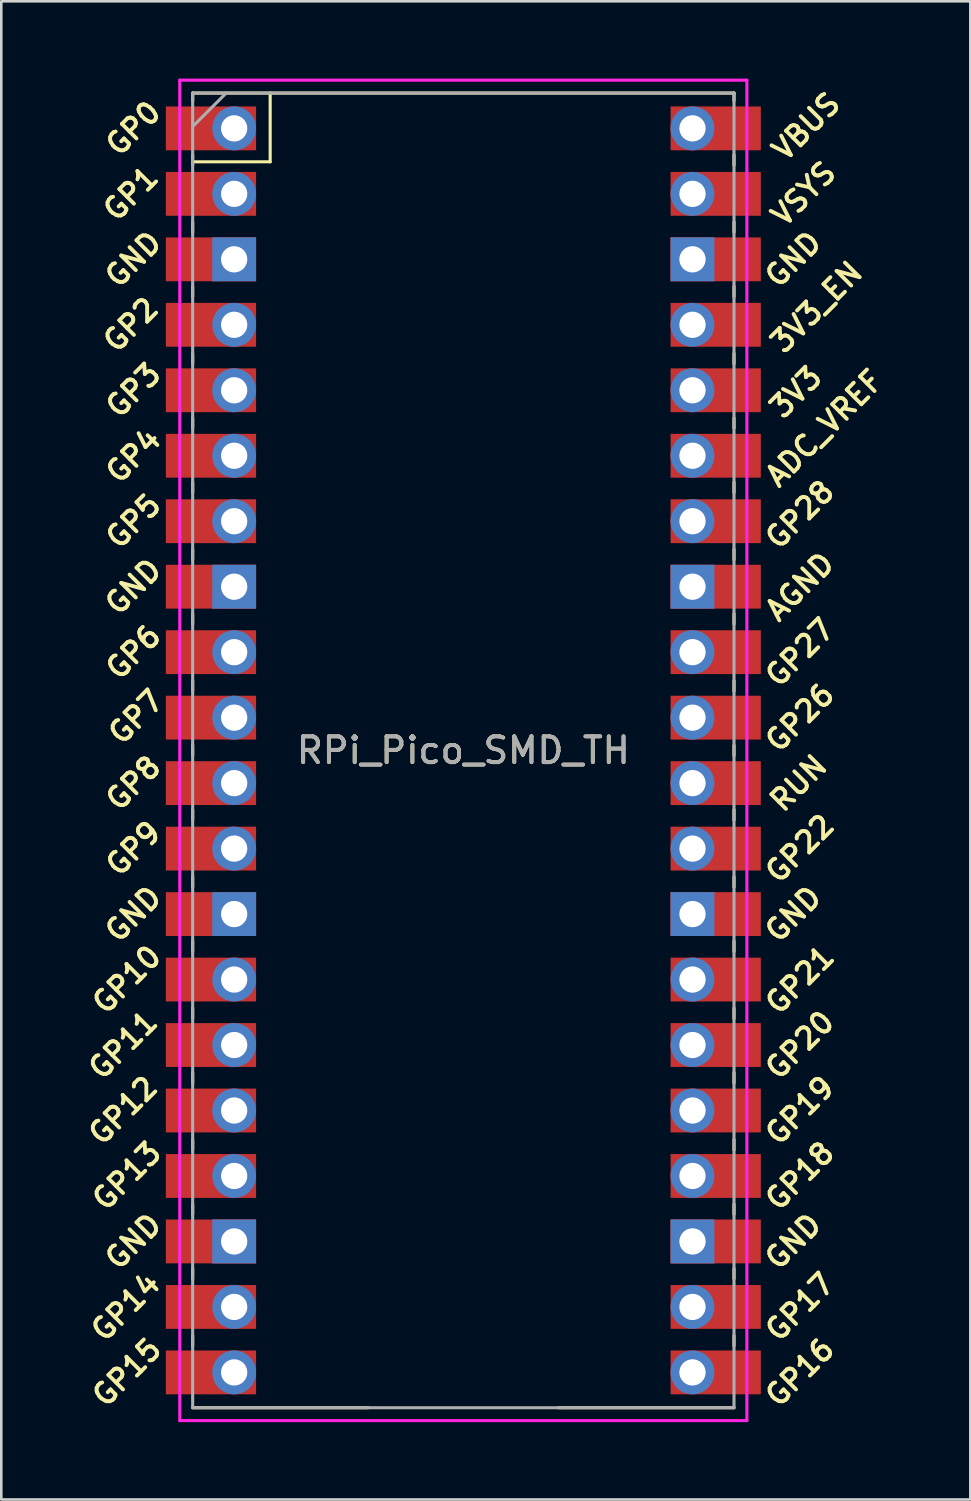
<source format=kicad_pcb>
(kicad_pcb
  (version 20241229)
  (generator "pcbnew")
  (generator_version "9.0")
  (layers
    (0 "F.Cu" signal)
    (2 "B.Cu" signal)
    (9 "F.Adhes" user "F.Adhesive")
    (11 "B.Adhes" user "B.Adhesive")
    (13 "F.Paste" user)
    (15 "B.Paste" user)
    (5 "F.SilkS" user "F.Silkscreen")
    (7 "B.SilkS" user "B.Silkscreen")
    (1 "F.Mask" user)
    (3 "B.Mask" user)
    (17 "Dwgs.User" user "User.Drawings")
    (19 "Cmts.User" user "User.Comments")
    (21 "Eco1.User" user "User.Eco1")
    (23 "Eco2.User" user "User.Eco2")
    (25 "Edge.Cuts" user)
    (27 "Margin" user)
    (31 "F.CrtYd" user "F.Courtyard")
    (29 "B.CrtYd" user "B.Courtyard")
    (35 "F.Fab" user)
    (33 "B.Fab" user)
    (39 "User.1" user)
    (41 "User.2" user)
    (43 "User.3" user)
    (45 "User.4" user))
  (footprint "RPi_Pico_SMD_TH"
    (layer "F.Cu")
    (at 14.924 26.06)
    (property "Reference" "RPi_Pico_SMD_TH" (at 0 0 0) (layer "F.SilkS") (effects (font (size 1 1) (thickness 0.15))))
    (attr through_hole)
    (fp_line (start -10.5 -25.5) (end -10.5 -25.2) (stroke (width 0.12) (type solid)) (layer "F.SilkS"))
    (fp_line (start -10.5 -25.5) (end 10.5 -25.5) (stroke (width 0.12) (type solid)) (layer "F.SilkS"))
    (fp_line (start -10.5 -23.1) (end -10.5 -22.7) (stroke (width 0.12) (type solid)) (layer "F.SilkS"))
    (fp_line (start -10.5 -22.833) (end -7.493 -22.833) (stroke (width 0.12) (type solid)) (layer "F.SilkS"))
    (fp_line (start -10.5 -20.5) (end -10.5 -20.1) (stroke (width 0.12) (type solid)) (layer "F.SilkS"))
    (fp_line (start -10.5 -18) (end -10.5 -17.6) (stroke (width 0.12) (type solid)) (layer "F.SilkS"))
    (fp_line (start -10.5 -15.4) (end -10.5 -15) (stroke (width 0.12) (type solid)) (layer "F.SilkS"))
    (fp_line (start -10.5 -12.9) (end -10.5 -12.5) (stroke (width 0.12) (type solid)) (layer "F.SilkS"))
    (fp_line (start -10.5 -10.4) (end -10.5 -10) (stroke (width 0.12) (type solid)) (layer "F.SilkS"))
    (fp_line (start -10.5 -7.8) (end -10.5 -7.4) (stroke (width 0.12) (type solid)) (layer "F.SilkS"))
    (fp_line (start -10.5 -5.3) (end -10.5 -4.9) (stroke (width 0.12) (type solid)) (layer "F.SilkS"))
    (fp_line (start -10.5 -2.7) (end -10.5 -2.3) (stroke (width 0.12) (type solid)) (layer "F.SilkS"))
    (fp_line (start -10.5 -0.2) (end -10.5 0.2) (stroke (width 0.12) (type solid)) (layer "F.SilkS"))
    (fp_line (start -10.5 2.3) (end -10.5 2.7) (stroke (width 0.12) (type solid)) (layer "F.SilkS"))
    (fp_line (start -10.5 4.9) (end -10.5 5.3) (stroke (width 0.12) (type solid)) (layer "F.SilkS"))
    (fp_line (start -10.5 7.4) (end -10.5 7.8) (stroke (width 0.12) (type solid)) (layer "F.SilkS"))
    (fp_line (start -10.5 10) (end -10.5 10.4) (stroke (width 0.12) (type solid)) (layer "F.SilkS"))
    (fp_line (start -10.5 12.5) (end -10.5 12.9) (stroke (width 0.12) (type solid)) (layer "F.SilkS"))
    (fp_line (start -10.5 15.1) (end -10.5 15.5) (stroke (width 0.12) (type solid)) (layer "F.SilkS"))
    (fp_line (start -10.5 17.6) (end -10.5 18) (stroke (width 0.12) (type solid)) (layer "F.SilkS"))
    (fp_line (start -10.5 20.1) (end -10.5 20.5) (stroke (width 0.12) (type solid)) (layer "F.SilkS"))
    (fp_line (start -10.5 22.7) (end -10.5 23.1) (stroke (width 0.12) (type solid)) (layer "F.SilkS"))
    (fp_line (start -7.493 -22.833) (end -7.493 -25.5) (stroke (width 0.12) (type solid)) (layer "F.SilkS"))
    (fp_line (start -3.7 25.5) (end -10.5 25.5) (stroke (width 0.12) (type solid)) (layer "F.SilkS"))
    (fp_line (start 10.5 -25.5) (end 10.5 -25.2) (stroke (width 0.12) (type solid)) (layer "F.SilkS"))
    (fp_line (start 10.5 -23.1) (end 10.5 -22.7) (stroke (width 0.12) (type solid)) (layer "F.SilkS"))
    (fp_line (start 10.5 -20.5) (end 10.5 -20.1) (stroke (width 0.12) (type solid)) (layer "F.SilkS"))
    (fp_line (start 10.5 -18) (end 10.5 -17.6) (stroke (width 0.12) (type solid)) (layer "F.SilkS"))
    (fp_line (start 10.5 -15.4) (end 10.5 -15) (stroke (width 0.12) (type solid)) (layer "F.SilkS"))
    (fp_line (start 10.5 -12.9) (end 10.5 -12.5) (stroke (width 0.12) (type solid)) (layer "F.SilkS"))
    (fp_line (start 10.5 -10.4) (end 10.5 -10) (stroke (width 0.12) (type solid)) (layer "F.SilkS"))
    (fp_line (start 10.5 -7.8) (end 10.5 -7.4) (stroke (width 0.12) (type solid)) (layer "F.SilkS"))
    (fp_line (start 10.5 -5.3) (end 10.5 -4.9) (stroke (width 0.12) (type solid)) (layer "F.SilkS"))
    (fp_line (start 10.5 -2.7) (end 10.5 -2.3) (stroke (width 0.12) (type solid)) (layer "F.SilkS"))
    (fp_line (start 10.5 -0.2) (end 10.5 0.2) (stroke (width 0.12) (type solid)) (layer "F.SilkS"))
    (fp_line (start 10.5 2.3) (end 10.5 2.7) (stroke (width 0.12) (type solid)) (layer "F.SilkS"))
    (fp_line (start 10.5 4.9) (end 10.5 5.3) (stroke (width 0.12) (type solid)) (layer "F.SilkS"))
    (fp_line (start 10.5 7.4) (end 10.5 7.8) (stroke (width 0.12) (type solid)) (layer "F.SilkS"))
    (fp_line (start 10.5 10) (end 10.5 10.4) (stroke (width 0.12) (type solid)) (layer "F.SilkS"))
    (fp_line (start 10.5 12.5) (end 10.5 12.9) (stroke (width 0.12) (type solid)) (layer "F.SilkS"))
    (fp_line (start 10.5 15.1) (end 10.5 15.5) (stroke (width 0.12) (type solid)) (layer "F.SilkS"))
    (fp_line (start 10.5 17.6) (end 10.5 18) (stroke (width 0.12) (type solid)) (layer "F.SilkS"))
    (fp_line (start 10.5 20.1) (end 10.5 20.5) (stroke (width 0.12) (type solid)) (layer "F.SilkS"))
    (fp_line (start 10.5 22.7) (end 10.5 23.1) (stroke (width 0.12) (type solid)) (layer "F.SilkS"))
    (fp_line (start 10.5 25.5) (end 3.7 25.5) (stroke (width 0.12) (type solid)) (layer "F.SilkS"))
    (fp_line (start -11 -26) (end 11 -26) (stroke (width 0.12) (type solid)) (layer "F.CrtYd"))
    (fp_line (start -11 26) (end -11 -26) (stroke (width 0.12) (type solid)) (layer "F.CrtYd"))
    (fp_line (start 11 -26) (end 11 26) (stroke (width 0.12) (type solid)) (layer "F.CrtYd"))
    (fp_line (start 11 26) (end -11 26) (stroke (width 0.12) (type solid)) (layer "F.CrtYd"))
    (fp_line (start -10.5 -25.5) (end 10.5 -25.5) (stroke (width 0.12) (type solid)) (layer "F.Fab"))
    (fp_line (start -10.5 -24.2) (end -9.2 -25.5) (stroke (width 0.12) (type solid)) (layer "F.Fab"))
    (fp_line (start -10.5 25.5) (end -10.5 -25.5) (stroke (width 0.12) (type solid)) (layer "F.Fab"))
    (fp_line (start 10.5 -25.5) (end 10.5 25.5) (stroke (width 0.12) (type solid)) (layer "F.Fab"))
    (fp_line (start 10.5 25.5) (end -10.5 25.5) (stroke (width 0.12) (type solid)) (layer "F.Fab"))
    (fp_text user "GP10" (at -13.054 8.89 45) (layer "F.SilkS") (effects (font (size 0.8 0.8) (thickness 0.15))))
    (fp_text user "3V3_EN" (at 13.7 -17.2 45) (layer "F.SilkS") (effects (font (size 0.8 0.8) (thickness 0.15))))
    (fp_text user "GP13" (at -13.054 16.51 45) (layer "F.SilkS") (effects (font (size 0.8 0.8) (thickness 0.15))))
    (fp_text user "GP15" (at -13.054 24.13 45) (layer "F.SilkS") (effects (font (size 0.8 0.8) (thickness 0.15))))
    (fp_text user "GP0" (at -12.8 -24.13 45) (layer "F.SilkS") (effects (font (size 0.8 0.8) (thickness 0.15))))
    (fp_text user "RUN" (at 13 1.27 45) (layer "F.SilkS") (effects (font (size 0.8 0.8) (thickness 0.15))))
    (fp_text user "VSYS" (at 13.2 -21.59 45) (layer "F.SilkS") (effects (font (size 0.8 0.8) (thickness 0.15))))
    (fp_text user "GP5" (at -12.8 -8.89 45) (layer "F.SilkS") (effects (font (size 0.8 0.8) (thickness 0.15))))
    (fp_text user "GP18" (at 13.054 16.51 45) (layer "F.SilkS") (effects (font (size 0.8 0.8) (thickness 0.15))))
    (fp_text user "GP8" (at -12.8 1.27 45) (layer "F.SilkS") (effects (font (size 0.8 0.8) (thickness 0.15))))
    (fp_text user "GP17" (at 13.054 21.59 45) (layer "F.SilkS") (effects (font (size 0.8 0.8) (thickness 0.15))))
    (fp_text user "GND" (at 12.8 -19.05 45) (layer "F.SilkS") (effects (font (size 0.8 0.8) (thickness 0.15))))
    (fp_text user "VBUS" (at 13.3 -24.2 45) (layer "F.SilkS") (effects (font (size 0.8 0.8) (thickness 0.15))))
    (fp_text user "GP9" (at -12.8 3.81 45) (layer "F.SilkS") (effects (font (size 0.8 0.8) (thickness 0.15))))
    (fp_text user "GP20" (at 13.054 11.43 45) (layer "F.SilkS") (effects (font (size 0.8 0.8) (thickness 0.15))))
    (fp_text user "AGND" (at 13.054 -6.35 45) (layer "F.SilkS") (effects (font (size 0.8 0.8) (thickness 0.15))))
    (fp_text user "GND" (at -12.8 -19.05 45) (layer "F.SilkS") (effects (font (size 0.8 0.8) (thickness 0.15))))
    (fp_text user "GND" (at -12.8 -6.35 45) (layer "F.SilkS") (effects (font (size 0.8 0.8) (thickness 0.15))))
    (fp_text user "GND" (at -12.8 6.35 45) (layer "F.SilkS") (effects (font (size 0.8 0.8) (thickness 0.15))))
    (fp_text user "GP2" (at -12.9 -16.51 45) (layer "F.SilkS") (effects (font (size 0.8 0.8) (thickness 0.15))))
    (fp_text user "GP19" (at 13.054 13.97 45) (layer "F.SilkS") (effects (font (size 0.8 0.8) (thickness 0.15))))
    (fp_text user "GP27" (at 13.054 -3.8 45) (layer "F.SilkS") (effects (font (size 0.8 0.8) (thickness 0.15))))
    (fp_text user "GP12" (at -13.2 13.97 45) (layer "F.SilkS") (effects (font (size 0.8 0.8) (thickness 0.15))))
    (fp_text user "GP14" (at -13.1 21.59 45) (layer "F.SilkS") (effects (font (size 0.8 0.8) (thickness 0.15))))
    (fp_text user "GP26" (at 13.054 -1.27 45) (layer "F.SilkS") (effects (font (size 0.8 0.8) (thickness 0.15))))
    (fp_text user "GP4" (at -12.8 -11.43 45) (layer "F.SilkS") (effects (font (size 0.8 0.8) (thickness 0.15))))
    (fp_text user "GP11" (at -13.2 11.43 45) (layer "F.SilkS") (effects (font (size 0.8 0.8) (thickness 0.15))))
    (fp_text user "GP22" (at 13.054 3.81 45) (layer "F.SilkS") (effects (font (size 0.8 0.8) (thickness 0.15))))
    (fp_text user "GP3" (at -12.8 -13.97 45) (layer "F.SilkS") (effects (font (size 0.8 0.8) (thickness 0.15))))
    (fp_text user "GND" (at 12.8 19.05 45) (layer "F.SilkS") (effects (font (size 0.8 0.8) (thickness 0.15))))
    (fp_text user "ADC_VREF" (at 14 -12.5 45) (layer "F.SilkS") (effects (font (size 0.8 0.8) (thickness 0.15))))
    (fp_text user "GND" (at -12.8 19.05 45) (layer "F.SilkS") (effects (font (size 0.8 0.8) (thickness 0.15))))
    (fp_text user "GP16" (at 13.054 24.13 45) (layer "F.SilkS") (effects (font (size 0.8 0.8) (thickness 0.15))))
    (fp_text user "GND" (at 12.8 6.35 45) (layer "F.SilkS") (effects (font (size 0.8 0.8) (thickness 0.15))))
    (fp_text user "GP6" (at -12.8 -3.81 45) (layer "F.SilkS") (effects (font (size 0.8 0.8) (thickness 0.15))))
    (fp_text user "3V3" (at 12.9 -13.9 45) (layer "F.SilkS") (effects (font (size 0.8 0.8) (thickness 0.15))))
    (fp_text user "GP21" (at 13.054 8.9 45) (layer "F.SilkS") (effects (font (size 0.8 0.8) (thickness 0.15))))
    (fp_text user "GP1" (at -12.9 -21.6 45) (layer "F.SilkS") (effects (font (size 0.8 0.8) (thickness 0.15))))
    (fp_text user "GP28" (at 13.054 -9.144 45) (layer "F.SilkS") (effects (font (size 0.8 0.8) (thickness 0.15))))
    (fp_text user "GP7" (at -12.7 -1.3 45) (layer "F.SilkS") (effects (font (size 0.8 0.8) (thickness 0.15))))
    (fp_text user "${REFERENCE}" (at 0 0 180) (layer "F.Fab") (effects (font (size 1 1) (thickness 0.15))))
    (pad "1" thru_hole oval (at -8.89 -24.13) (size 1.7 1.7) (drill 1.02) (layers "*.Cu" "*.Mask"))
    (pad "1" smd rect (at -8.89 -24.13) (size 3.5 1.7) (drill (offset -0.9 0)) (layers "F.Cu" "F.Mask"))
    (pad "2" thru_hole oval (at -8.89 -21.59) (size 1.7 1.7) (drill 1.02) (layers "*.Cu" "*.Mask"))
    (pad "2" smd rect (at -8.89 -21.59) (size 3.5 1.7) (drill (offset -0.9 0)) (layers "F.Cu" "F.Mask"))
    (pad "3" thru_hole rect (at -8.89 -19.05) (size 1.7 1.7) (drill 1.02) (layers "*.Cu" "*.Mask"))
    (pad "3" smd rect (at -8.89 -19.05) (size 3.5 1.7) (drill (offset -0.9 0)) (layers "F.Cu" "F.Mask"))
    (pad "4" thru_hole oval (at -8.89 -16.51) (size 1.7 1.7) (drill 1.02) (layers "*.Cu" "*.Mask"))
    (pad "4" smd rect (at -8.89 -16.51) (size 3.5 1.7) (drill (offset -0.9 0)) (layers "F.Cu" "F.Mask"))
    (pad "5" thru_hole oval (at -8.89 -13.97) (size 1.7 1.7) (drill 1.02) (layers "*.Cu" "*.Mask"))
    (pad "5" smd rect (at -8.89 -13.97) (size 3.5 1.7) (drill (offset -0.9 0)) (layers "F.Cu" "F.Mask"))
    (pad "6" thru_hole oval (at -8.89 -11.43) (size 1.7 1.7) (drill 1.02) (layers "*.Cu" "*.Mask"))
    (pad "6" smd rect (at -8.89 -11.43) (size 3.5 1.7) (drill (offset -0.9 0)) (layers "F.Cu" "F.Mask"))
    (pad "7" thru_hole oval (at -8.89 -8.89) (size 1.7 1.7) (drill 1.02) (layers "*.Cu" "*.Mask"))
    (pad "7" smd rect (at -8.89 -8.89) (size 3.5 1.7) (drill (offset -0.9 0)) (layers "F.Cu" "F.Mask"))
    (pad "8" thru_hole rect (at -8.89 -6.35) (size 1.7 1.7) (drill 1.02) (layers "*.Cu" "*.Mask"))
    (pad "8" smd rect (at -8.89 -6.35) (size 3.5 1.7) (drill (offset -0.9 0)) (layers "F.Cu" "F.Mask"))
    (pad "9" thru_hole oval (at -8.89 -3.81) (size 1.7 1.7) (drill 1.02) (layers "*.Cu" "*.Mask"))
    (pad "9" smd rect (at -8.89 -3.81) (size 3.5 1.7) (drill (offset -0.9 0)) (layers "F.Cu" "F.Mask"))
    (pad "10" thru_hole oval (at -8.89 -1.27) (size 1.7 1.7) (drill 1.02) (layers "*.Cu" "*.Mask"))
    (pad "10" smd rect (at -8.89 -1.27) (size 3.5 1.7) (drill (offset -0.9 0)) (layers "F.Cu" "F.Mask"))
    (pad "11" thru_hole oval (at -8.89 1.27) (size 1.7 1.7) (drill 1.02) (layers "*.Cu" "*.Mask"))
    (pad "11" smd rect (at -8.89 1.27) (size 3.5 1.7) (drill (offset -0.9 0)) (layers "F.Cu" "F.Mask"))
    (pad "12" thru_hole oval (at -8.89 3.81) (size 1.7 1.7) (drill 1.02) (layers "*.Cu" "*.Mask"))
    (pad "12" smd rect (at -8.89 3.81) (size 3.5 1.7) (drill (offset -0.9 0)) (layers "F.Cu" "F.Mask"))
    (pad "13" thru_hole rect (at -8.89 6.35) (size 1.7 1.7) (drill 1.02) (layers "*.Cu" "*.Mask"))
    (pad "13" smd rect (at -8.89 6.35) (size 3.5 1.7) (drill (offset -0.9 0)) (layers "F.Cu" "F.Mask"))
    (pad "14" thru_hole oval (at -8.89 8.89) (size 1.7 1.7) (drill 1.02) (layers "*.Cu" "*.Mask"))
    (pad "14" smd rect (at -8.89 8.89) (size 3.5 1.7) (drill (offset -0.9 0)) (layers "F.Cu" "F.Mask"))
    (pad "15" thru_hole oval (at -8.89 11.43) (size 1.7 1.7) (drill 1.02) (layers "*.Cu" "*.Mask"))
    (pad "15" smd rect (at -8.89 11.43) (size 3.5 1.7) (drill (offset -0.9 0)) (layers "F.Cu" "F.Mask"))
    (pad "16" thru_hole oval (at -8.89 13.97) (size 1.7 1.7) (drill 1.02) (layers "*.Cu" "*.Mask"))
    (pad "16" smd rect (at -8.89 13.97) (size 3.5 1.7) (drill (offset -0.9 0)) (layers "F.Cu" "F.Mask"))
    (pad "17" thru_hole oval (at -8.89 16.51) (size 1.7 1.7) (drill 1.02) (layers "*.Cu" "*.Mask"))
    (pad "17" smd rect (at -8.89 16.51) (size 3.5 1.7) (drill (offset -0.9 0)) (layers "F.Cu" "F.Mask"))
    (pad "18" thru_hole rect (at -8.89 19.05) (size 1.7 1.7) (drill 1.02) (layers "*.Cu" "*.Mask"))
    (pad "18" smd rect (at -8.89 19.05) (size 3.5 1.7) (drill (offset -0.9 0)) (layers "F.Cu" "F.Mask"))
    (pad "19" thru_hole oval (at -8.89 21.59) (size 1.7 1.7) (drill 1.02) (layers "*.Cu" "*.Mask"))
    (pad "19" smd rect (at -8.89 21.59) (size 3.5 1.7) (drill (offset -0.9 0)) (layers "F.Cu" "F.Mask"))
    (pad "20" thru_hole oval (at -8.89 24.13) (size 1.7 1.7) (drill 1.02) (layers "*.Cu" "*.Mask"))
    (pad "20" smd rect (at -8.89 24.13) (size 3.5 1.7) (drill (offset -0.9 0)) (layers "F.Cu" "F.Mask"))
    (pad "21" thru_hole oval (at 8.89 24.13) (size 1.7 1.7) (drill 1.02) (layers "*.Cu" "*.Mask"))
    (pad "21" smd rect (at 8.89 24.13) (size 3.5 1.7) (drill (offset 0.9 0)) (layers "F.Cu" "F.Mask"))
    (pad "22" thru_hole oval (at 8.89 21.59) (size 1.7 1.7) (drill 1.02) (layers "*.Cu" "*.Mask"))
    (pad "22" smd rect (at 8.89 21.59) (size 3.5 1.7) (drill (offset 0.9 0)) (layers "F.Cu" "F.Mask"))
    (pad "23" thru_hole rect (at 8.89 19.05) (size 1.7 1.7) (drill 1.02) (layers "*.Cu" "*.Mask"))
    (pad "23" smd rect (at 8.89 19.05) (size 3.5 1.7) (drill (offset 0.9 0)) (layers "F.Cu" "F.Mask"))
    (pad "24" thru_hole oval (at 8.89 16.51) (size 1.7 1.7) (drill 1.02) (layers "*.Cu" "*.Mask"))
    (pad "24" smd rect (at 8.89 16.51) (size 3.5 1.7) (drill (offset 0.9 0)) (layers "F.Cu" "F.Mask"))
    (pad "25" thru_hole oval (at 8.89 13.97) (size 1.7 1.7) (drill 1.02) (layers "*.Cu" "*.Mask"))
    (pad "25" smd rect (at 8.89 13.97) (size 3.5 1.7) (drill (offset 0.9 0)) (layers "F.Cu" "F.Mask"))
    (pad "26" thru_hole oval (at 8.89 11.43) (size 1.7 1.7) (drill 1.02) (layers "*.Cu" "*.Mask"))
    (pad "26" smd rect (at 8.89 11.43) (size 3.5 1.7) (drill (offset 0.9 0)) (layers "F.Cu" "F.Mask"))
    (pad "27" thru_hole oval (at 8.89 8.89) (size 1.7 1.7) (drill 1.02) (layers "*.Cu" "*.Mask"))
    (pad "27" smd rect (at 8.89 8.89) (size 3.5 1.7) (drill (offset 0.9 0)) (layers "F.Cu" "F.Mask"))
    (pad "28" thru_hole rect (at 8.89 6.35) (size 1.7 1.7) (drill 1.02) (layers "*.Cu" "*.Mask"))
    (pad "28" smd rect (at 8.89 6.35) (size 3.5 1.7) (drill (offset 0.9 0)) (layers "F.Cu" "F.Mask"))
    (pad "29" thru_hole oval (at 8.89 3.81) (size 1.7 1.7) (drill 1.02) (layers "*.Cu" "*.Mask"))
    (pad "29" smd rect (at 8.89 3.81) (size 3.5 1.7) (drill (offset 0.9 0)) (layers "F.Cu" "F.Mask"))
    (pad "30" thru_hole oval (at 8.89 1.27) (size 1.7 1.7) (drill 1.02) (layers "*.Cu" "*.Mask"))
    (pad "30" smd rect (at 8.89 1.27) (size 3.5 1.7) (drill (offset 0.9 0)) (layers "F.Cu" "F.Mask"))
    (pad "31" thru_hole oval (at 8.89 -1.27) (size 1.7 1.7) (drill 1.02) (layers "*.Cu" "*.Mask"))
    (pad "31" smd rect (at 8.89 -1.27) (size 3.5 1.7) (drill (offset 0.9 0)) (layers "F.Cu" "F.Mask"))
    (pad "32" thru_hole oval (at 8.89 -3.81) (size 1.7 1.7) (drill 1.02) (layers "*.Cu" "*.Mask"))
    (pad "32" smd rect (at 8.89 -3.81) (size 3.5 1.7) (drill (offset 0.9 0)) (layers "F.Cu" "F.Mask"))
    (pad "33" thru_hole rect (at 8.89 -6.35) (size 1.7 1.7) (drill 1.02) (layers "*.Cu" "*.Mask"))
    (pad "33" smd rect (at 8.89 -6.35) (size 3.5 1.7) (drill (offset 0.9 0)) (layers "F.Cu" "F.Mask"))
    (pad "34" thru_hole oval (at 8.89 -8.89) (size 1.7 1.7) (drill 1.02) (layers "*.Cu" "*.Mask"))
    (pad "34" smd rect (at 8.89 -8.89) (size 3.5 1.7) (drill (offset 0.9 0)) (layers "F.Cu" "F.Mask"))
    (pad "35" thru_hole oval (at 8.89 -11.43) (size 1.7 1.7) (drill 1.02) (layers "*.Cu" "*.Mask"))
    (pad "35" smd rect (at 8.89 -11.43) (size 3.5 1.7) (drill (offset 0.9 0)) (layers "F.Cu" "F.Mask"))
    (pad "36" thru_hole oval (at 8.89 -13.97) (size 1.7 1.7) (drill 1.02) (layers "*.Cu" "*.Mask"))
    (pad "36" smd rect (at 8.89 -13.97) (size 3.5 1.7) (drill (offset 0.9 0)) (layers "F.Cu" "F.Mask"))
    (pad "37" thru_hole oval (at 8.89 -16.51) (size 1.7 1.7) (drill 1.02) (layers "*.Cu" "*.Mask"))
    (pad "37" smd rect (at 8.89 -16.51) (size 3.5 1.7) (drill (offset 0.9 0)) (layers "F.Cu" "F.Mask"))
    (pad "38" thru_hole rect (at 8.89 -19.05) (size 1.7 1.7) (drill 1.02) (layers "*.Cu" "*.Mask"))
    (pad "38" smd rect (at 8.89 -19.05) (size 3.5 1.7) (drill (offset 0.9 0)) (layers "F.Cu" "F.Mask"))
    (pad "39" thru_hole oval (at 8.89 -21.59) (size 1.7 1.7) (drill 1.02) (layers "*.Cu" "*.Mask"))
    (pad "39" smd rect (at 8.89 -21.59) (size 3.5 1.7) (drill (offset 0.9 0)) (layers "F.Cu" "F.Mask"))
    (pad "40" thru_hole oval (at 8.89 -24.13) (size 1.7 1.7) (drill 1.02) (layers "*.Cu" "*.Mask"))
    (pad "40" smd rect (at 8.89 -24.13) (size 3.5 1.7) (drill (offset 0.9 0)) (layers "F.Cu" "F.Mask")))
  (gr_rect
    (start -3 -3)
    (end 34.591 55.12)
    (stroke (width 0.1) (type default))
    (fill no)
    (layer "Edge.Cuts")))
</source>
